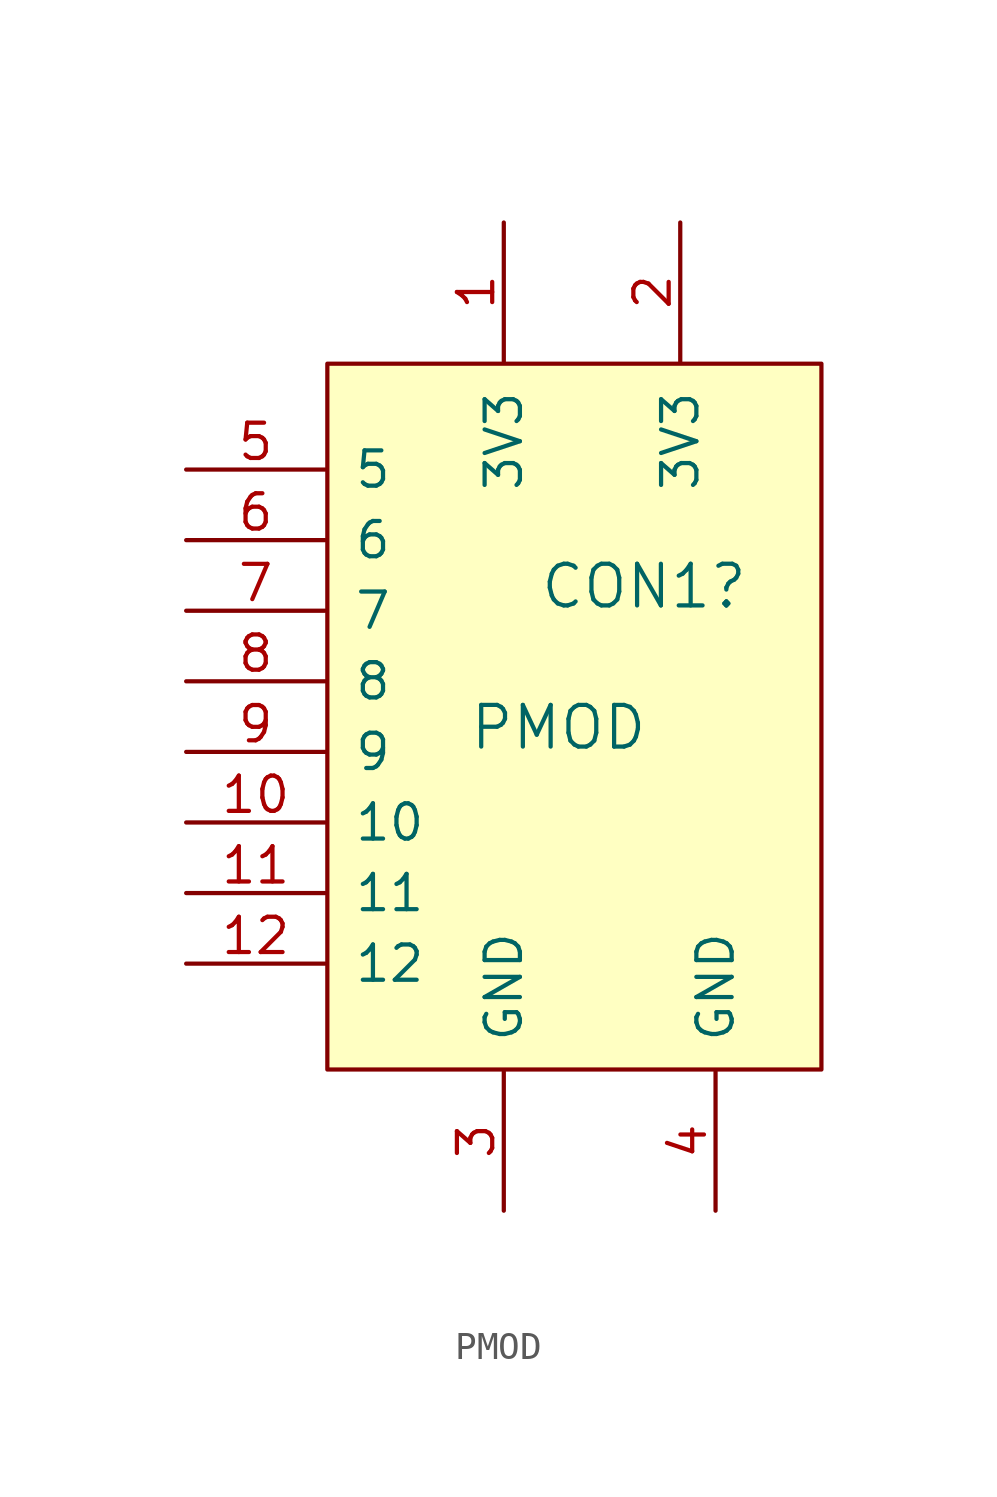
<source format=kicad_sym>
(kicad_symbol_lib
  (version 20211014)
  (generator kicad_symbol_editor)
  (symbol "PMOD"
    (pin_names
      (offset 1.016))
    (property "Reference" "CON1"
      (at -1.27 3.81 0)
      (effects (font (size 1.499 1.499)) (justify left bottom)))
    (property "Value" "PMOD"
      (at -3.81 -1.27 0)
      (effects (font (size 1.499 1.499)) (justify left bottom)))
    (symbol "PMOD_1_0"
      (pin bidirectional line (at -2.54 17.78 270) (length 5) (name "3V3" (effects (font (size 1.27 1.27)))) (number "1" (effects (font (size 1.27 1.27)))))
      (pin bidirectional line (at -13.97 -3.81 0) (length 5) (name "10" (effects (font (size 1.27 1.27)))) (number "10" (effects (font (size 1.27 1.27)))))
      (pin bidirectional line (at -13.97 -6.35 0) (length 5) (name "11" (effects (font (size 1.27 1.27)))) (number "11" (effects (font (size 1.27 1.27)))))
      (pin bidirectional line (at -13.97 -8.89 0) (length 5) (name "12" (effects (font (size 1.27 1.27)))) (number "12" (effects (font (size 1.27 1.27)))))
      (pin bidirectional line (at 3.81 17.78 270) (length 5) (name "3V3" (effects (font (size 1.27 1.27)))) (number "2" (effects (font (size 1.27 1.27)))))
      (pin bidirectional line (at -2.54 -17.78 90) (length 5) (name "GND" (effects (font (size 1.27 1.27)))) (number "3" (effects (font (size 1.27 1.27)))))
      (pin bidirectional line (at 5.08 -17.78 90) (length 5) (name "GND" (effects (font (size 1.27 1.27)))) (number "4" (effects (font (size 1.27 1.27)))))
      (pin bidirectional line (at -13.97 8.89 0) (length 5) (name "5" (effects (font (size 1.27 1.27)))) (number "5" (effects (font (size 1.27 1.27)))))
      (pin bidirectional line (at -13.97 6.35 0) (length 5) (name "6" (effects (font (size 1.27 1.27)))) (number "6" (effects (font (size 1.27 1.27)))))
      (pin bidirectional line (at -13.97 3.81 0) (length 5) (name "7" (effects (font (size 1.27 1.27)))) (number "7" (effects (font (size 1.27 1.27)))))
      (pin bidirectional line (at -13.97 1.27 0) (length 5) (name "8" (effects (font (size 1.27 1.27)))) (number "8" (effects (font (size 1.27 1.27)))))
      (pin bidirectional line (at -13.97 -1.27 0) (length 5) (name "9" (effects (font (size 1.27 1.27)))) (number "9" (effects (font (size 1.27 1.27))))))
    (symbol "PMOD_1_1"
      (rectangle (start -8.89 12.7) (end 8.89 -12.7) (stroke (width 0) (type default) (color 0 0 0 0)) (fill (type background))))))
</source>
